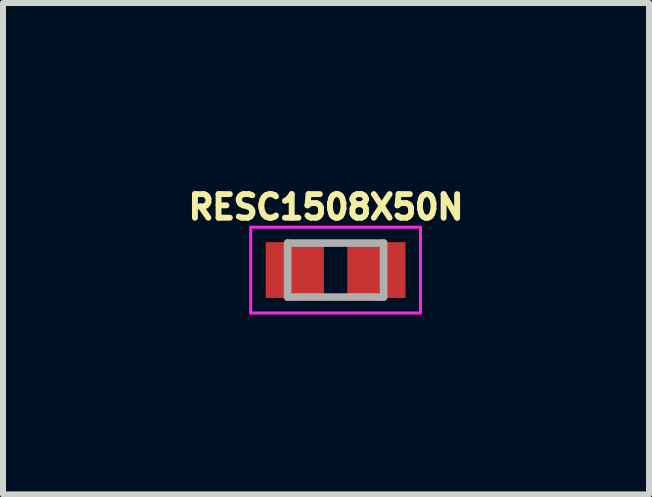
<source format=kicad_pcb>
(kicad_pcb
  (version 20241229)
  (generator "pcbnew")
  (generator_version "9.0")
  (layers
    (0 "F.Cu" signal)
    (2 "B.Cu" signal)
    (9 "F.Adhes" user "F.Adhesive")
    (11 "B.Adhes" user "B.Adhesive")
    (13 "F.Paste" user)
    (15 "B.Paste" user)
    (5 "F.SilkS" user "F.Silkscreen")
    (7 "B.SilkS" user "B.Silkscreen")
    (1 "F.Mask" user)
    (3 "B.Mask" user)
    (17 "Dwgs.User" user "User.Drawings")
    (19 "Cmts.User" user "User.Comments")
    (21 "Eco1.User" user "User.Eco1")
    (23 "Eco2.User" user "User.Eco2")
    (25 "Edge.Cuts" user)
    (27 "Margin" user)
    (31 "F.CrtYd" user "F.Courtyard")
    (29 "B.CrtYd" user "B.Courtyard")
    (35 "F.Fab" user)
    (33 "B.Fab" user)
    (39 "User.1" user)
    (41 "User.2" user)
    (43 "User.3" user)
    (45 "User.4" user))
  (footprint "RESC1508X50N"
    (layer "F.Cu")
    (at 2.546 1.453)
    (property "Reference" "RESC1508X50N" (at -0.16 -1.05 0) (layer "F.SilkS") (effects (font (size 0.394 0.394) (thickness 0.15))))
    (attr smd)
    (fp_line (start -1.415 -0.715) (end 1.415 -0.715) (stroke (width 0.05) (type solid)) (layer "F.CrtYd"))
    (fp_line (start -1.415 0.715) (end -1.415 -0.715) (stroke (width 0.05) (type solid)) (layer "F.CrtYd"))
    (fp_line (start -1.415 0.715) (end 1.415 0.715) (stroke (width 0.05) (type solid)) (layer "F.CrtYd"))
    (fp_line (start 1.415 0.715) (end 1.415 -0.715) (stroke (width 0.05) (type solid)) (layer "F.CrtYd"))
    (fp_line (start -0.8 0.45) (end -0.8 -0.45) (stroke (width 0.127) (type solid)) (layer "F.Fab"))
    (fp_line (start 0.8 -0.45) (end -0.8 -0.45) (stroke (width 0.127) (type solid)) (layer "F.Fab"))
    (fp_line (start 0.8 0.45) (end -0.8 0.45) (stroke (width 0.127) (type solid)) (layer "F.Fab"))
    (fp_line (start 0.8 0.45) (end 0.8 -0.45) (stroke (width 0.127) (type solid)) (layer "F.Fab"))
    (pad "1" smd rect (at -0.68 0) (size 0.97 0.93) (layers "F.Cu" "F.Mask" "F.Paste"))
    (pad "2" smd rect (at 0.68 0) (size 0.97 0.93) (layers "F.Cu" "F.Mask" "F.Paste")))
  (gr_rect
    (start -3 -3)
    (end 7.772 5.193)
    (stroke (width 0.1) (type default))
    (fill no)
    (layer "Edge.Cuts")))
</source>
